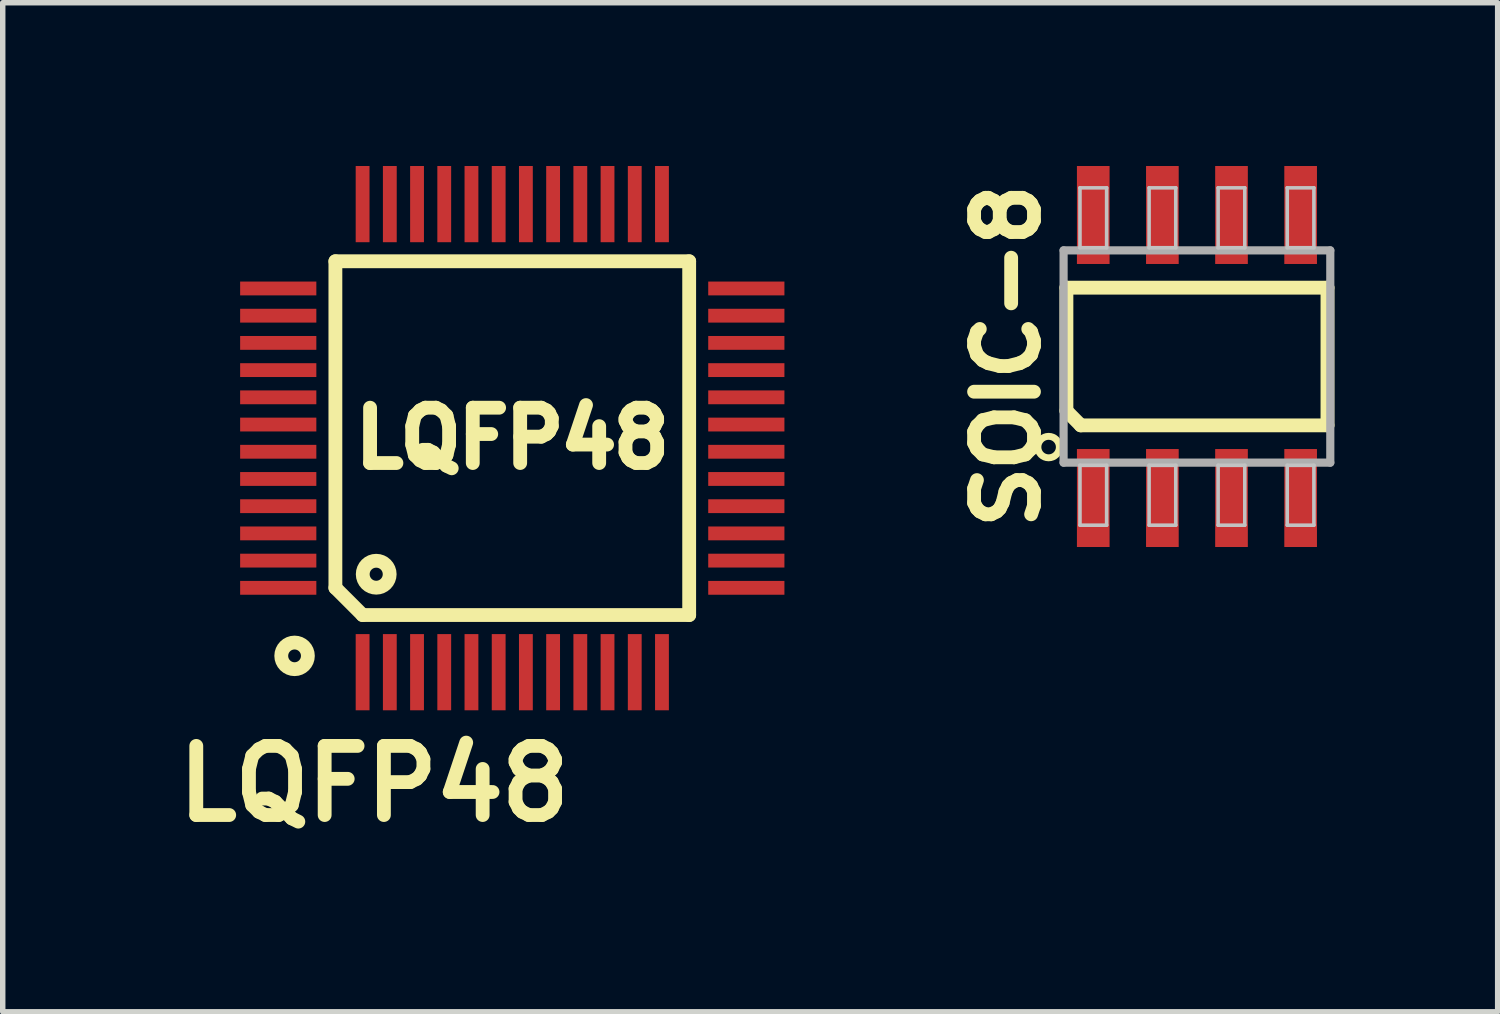
<source format=kicad_pcb>
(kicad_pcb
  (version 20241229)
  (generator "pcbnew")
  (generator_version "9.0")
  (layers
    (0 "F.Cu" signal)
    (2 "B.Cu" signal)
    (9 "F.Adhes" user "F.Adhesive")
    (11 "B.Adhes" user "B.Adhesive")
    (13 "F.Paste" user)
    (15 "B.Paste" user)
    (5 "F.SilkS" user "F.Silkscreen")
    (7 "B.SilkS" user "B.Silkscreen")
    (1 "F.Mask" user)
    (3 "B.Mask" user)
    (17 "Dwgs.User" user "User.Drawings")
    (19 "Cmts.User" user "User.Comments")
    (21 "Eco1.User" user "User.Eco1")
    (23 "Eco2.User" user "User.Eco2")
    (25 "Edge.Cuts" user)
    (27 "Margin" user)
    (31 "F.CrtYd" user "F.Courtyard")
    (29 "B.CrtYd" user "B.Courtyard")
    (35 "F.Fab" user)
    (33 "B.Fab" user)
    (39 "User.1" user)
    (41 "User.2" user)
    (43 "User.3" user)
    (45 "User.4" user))
  (footprint "LQFP48"
    (layer "F.Cu")
    (at 6.362 5)
    (property "Reference" "LQFP48" (at -2.54 6.35 0) (layer "F.SilkS") (effects (font (size 1.27 1.27) (thickness 0.254))))
    (attr smd)
    (fp_line (start -3.25 -3.25) (end -3.25 2.75) (stroke (width 0.254) (type solid)) (layer "F.SilkS"))
    (fp_line (start -3.25 2.75) (end -2.75 3.25) (stroke (width 0.254) (type solid)) (layer "F.SilkS"))
    (fp_line (start -2.75 3.25) (end 3.25 3.25) (stroke (width 0.254) (type solid)) (layer "F.SilkS"))
    (fp_line (start 3.25 -3.25) (end -3.25 -3.25) (stroke (width 0.254) (type solid)) (layer "F.SilkS"))
    (fp_line (start 3.25 3.25) (end 3.25 -3.25) (stroke (width 0.254) (type solid)) (layer "F.SilkS"))
    (fp_circle (center -4 4) (end -4.173 4.173) (stroke (width 0.254) (type solid)) (fill no) (layer "F.SilkS"))
    (fp_circle (center -2.5 2.5) (end -2.675 2.675) (stroke (width 0.254) (type solid)) (fill no) (layer "F.SilkS"))
    (fp_text user "LQFP48" (at 0 0 0) (layer "F.SilkS") (effects (font (size 1.016 1.016) (thickness 0.254))))
    (pad "1" smd rect (at -2.75 4.3 90) (size 1.4 0.254) (layers "F.Cu" "F.Mask" "F.Paste"))
    (pad "2" smd rect (at -2.25 4.3 90) (size 1.4 0.254) (layers "F.Cu" "F.Mask" "F.Paste"))
    (pad "3" smd rect (at -1.75 4.3 90) (size 1.4 0.254) (layers "F.Cu" "F.Mask" "F.Paste"))
    (pad "4" smd rect (at -1.25 4.3 90) (size 1.4 0.254) (layers "F.Cu" "F.Mask" "F.Paste"))
    (pad "5" smd rect (at -0.75 4.3 90) (size 1.4 0.254) (layers "F.Cu" "F.Mask" "F.Paste"))
    (pad "6" smd rect (at -0.25 4.3 90) (size 1.4 0.254) (layers "F.Cu" "F.Mask" "F.Paste"))
    (pad "7" smd rect (at 0.25 4.3 90) (size 1.4 0.254) (layers "F.Cu" "F.Mask" "F.Paste"))
    (pad "8" smd rect (at 0.75 4.3 90) (size 1.4 0.254) (layers "F.Cu" "F.Mask" "F.Paste"))
    (pad "9" smd rect (at 1.25 4.3 90) (size 1.4 0.254) (layers "F.Cu" "F.Mask" "F.Paste"))
    (pad "10" smd rect (at 1.75 4.3 90) (size 1.4 0.254) (layers "F.Cu" "F.Mask" "F.Paste"))
    (pad "11" smd rect (at 2.25 4.3 90) (size 1.4 0.254) (layers "F.Cu" "F.Mask" "F.Paste"))
    (pad "12" smd rect (at 2.75 4.3 90) (size 1.4 0.254) (layers "F.Cu" "F.Mask" "F.Paste"))
    (pad "13" smd rect (at 4.3 2.75 180) (size 1.4 0.254) (layers "F.Cu" "F.Mask" "F.Paste"))
    (pad "14" smd rect (at 4.3 2.25 180) (size 1.4 0.254) (layers "F.Cu" "F.Mask" "F.Paste"))
    (pad "15" smd rect (at 4.3 1.75 180) (size 1.4 0.254) (layers "F.Cu" "F.Mask" "F.Paste"))
    (pad "16" smd rect (at 4.3 1.25 180) (size 1.4 0.254) (layers "F.Cu" "F.Mask" "F.Paste"))
    (pad "17" smd rect (at 4.3 0.75 180) (size 1.4 0.254) (layers "F.Cu" "F.Mask" "F.Paste"))
    (pad "18" smd rect (at 4.3 0.25 180) (size 1.4 0.254) (layers "F.Cu" "F.Mask" "F.Paste"))
    (pad "19" smd rect (at 4.3 -0.25 180) (size 1.4 0.254) (layers "F.Cu" "F.Mask" "F.Paste"))
    (pad "20" smd rect (at 4.3 -0.75 180) (size 1.4 0.254) (layers "F.Cu" "F.Mask" "F.Paste"))
    (pad "21" smd rect (at 4.3 -1.25 180) (size 1.4 0.254) (layers "F.Cu" "F.Mask" "F.Paste"))
    (pad "22" smd rect (at 4.3 -1.75 180) (size 1.4 0.254) (layers "F.Cu" "F.Mask" "F.Paste"))
    (pad "23" smd rect (at 4.3 -2.25 180) (size 1.4 0.254) (layers "F.Cu" "F.Mask" "F.Paste"))
    (pad "24" smd rect (at 4.3 -2.75 180) (size 1.4 0.254) (layers "F.Cu" "F.Mask" "F.Paste"))
    (pad "25" smd rect (at 2.75 -4.3 270) (size 1.4 0.254) (layers "F.Cu" "F.Mask" "F.Paste"))
    (pad "26" smd rect (at 2.25 -4.3 270) (size 1.4 0.254) (layers "F.Cu" "F.Mask" "F.Paste"))
    (pad "27" smd rect (at 1.75 -4.3 270) (size 1.4 0.254) (layers "F.Cu" "F.Mask" "F.Paste"))
    (pad "28" smd rect (at 1.25 -4.3 270) (size 1.4 0.254) (layers "F.Cu" "F.Mask" "F.Paste"))
    (pad "29" smd rect (at 0.75 -4.3 270) (size 1.4 0.254) (layers "F.Cu" "F.Mask" "F.Paste"))
    (pad "30" smd rect (at 0.25 -4.3 270) (size 1.4 0.254) (layers "F.Cu" "F.Mask" "F.Paste"))
    (pad "31" smd rect (at -0.25 -4.3 270) (size 1.4 0.254) (layers "F.Cu" "F.Mask" "F.Paste"))
    (pad "32" smd rect (at -0.75 -4.3 270) (size 1.4 0.254) (layers "F.Cu" "F.Mask" "F.Paste"))
    (pad "33" smd rect (at -1.25 -4.3 270) (size 1.4 0.254) (layers "F.Cu" "F.Mask" "F.Paste"))
    (pad "34" smd rect (at -1.75 -4.3 270) (size 1.4 0.254) (layers "F.Cu" "F.Mask" "F.Paste"))
    (pad "35" smd rect (at -2.25 -4.3 270) (size 1.4 0.254) (layers "F.Cu" "F.Mask" "F.Paste"))
    (pad "36" smd rect (at -2.75 -4.3 270) (size 1.4 0.254) (layers "F.Cu" "F.Mask" "F.Paste"))
    (pad "37" smd rect (at -4.3 -2.75) (size 1.4 0.254) (layers "F.Cu" "F.Mask" "F.Paste"))
    (pad "38" smd rect (at -4.3 -2.25) (size 1.4 0.254) (layers "F.Cu" "F.Mask" "F.Paste"))
    (pad "39" smd rect (at -4.3 -1.75) (size 1.4 0.254) (layers "F.Cu" "F.Mask" "F.Paste"))
    (pad "40" smd rect (at -4.3 -1.25) (size 1.4 0.254) (layers "F.Cu" "F.Mask" "F.Paste"))
    (pad "41" smd rect (at -4.3 -0.75) (size 1.4 0.254) (layers "F.Cu" "F.Mask" "F.Paste"))
    (pad "42" smd rect (at -4.3 -0.25) (size 1.4 0.254) (layers "F.Cu" "F.Mask" "F.Paste"))
    (pad "43" smd rect (at -4.3 0.25) (size 1.4 0.254) (layers "F.Cu" "F.Mask" "F.Paste"))
    (pad "44" smd rect (at -4.3 0.75) (size 1.4 0.254) (layers "F.Cu" "F.Mask" "F.Paste"))
    (pad "45" smd rect (at -4.3 1.25) (size 1.4 0.254) (layers "F.Cu" "F.Mask" "F.Paste"))
    (pad "46" smd rect (at -4.3 1.75) (size 1.4 0.254) (layers "F.Cu" "F.Mask" "F.Paste"))
    (pad "47" smd rect (at -4.3 2.25) (size 1.4 0.254) (layers "F.Cu" "F.Mask" "F.Paste"))
    (pad "48" smd rect (at -4.3 2.75) (size 1.4 0.254) (layers "F.Cu" "F.Mask" "F.Paste")))
  (footprint "SOIC-8"
    (layer "F.Cu")
    (at 18.941 3.5)
    (property "Reference" "SOIC-8" (at -3.49 -0.008 90) (layer "F.SilkS") (effects (font (size 1.1 1.1) (thickness 0.254))))
    (attr smd)
    (fp_line (start -2.398 -1.265) (end 2.398 -1.265) (stroke (width 0.254) (type solid)) (layer "F.SilkS"))
    (fp_line (start -2.398 0.998) (end -2.398 -1.265) (stroke (width 0.254) (type solid)) (layer "F.SilkS"))
    (fp_line (start -2.134 1.265) (end -2.398 0.998) (stroke (width 0.254) (type solid)) (layer "F.SilkS"))
    (fp_line (start 2.398 -1.265) (end 2.398 1.265) (stroke (width 0.254) (type solid)) (layer "F.SilkS"))
    (fp_line (start 2.398 1.265) (end -2.134 1.265) (stroke (width 0.254) (type solid)) (layer "F.SilkS"))
    (fp_circle (center -2.725 1.664) (end -2.865 1.803) (stroke (width 0.127) (type solid)) (fill no) (layer "F.SilkS"))
    (fp_line (start -2.149 -3.099) (end -1.659 -3.099) (stroke (width 0.066) (type solid)) (layer "Dwgs.User"))
    (fp_line (start -2.149 -1.999) (end -2.149 -3.099) (stroke (width 0.066) (type solid)) (layer "Dwgs.User"))
    (fp_line (start -2.149 -1.999) (end -1.659 -1.999) (stroke (width 0.066) (type solid)) (layer "Dwgs.User"))
    (fp_line (start -2.149 1.999) (end -1.659 1.999) (stroke (width 0.066) (type solid)) (layer "Dwgs.User"))
    (fp_line (start -2.149 3.099) (end -2.149 1.999) (stroke (width 0.066) (type solid)) (layer "Dwgs.User"))
    (fp_line (start -2.149 3.099) (end -1.659 3.099) (stroke (width 0.066) (type solid)) (layer "Dwgs.User"))
    (fp_line (start -1.659 -1.999) (end -1.659 -3.099) (stroke (width 0.066) (type solid)) (layer "Dwgs.User"))
    (fp_line (start -1.659 3.099) (end -1.659 1.999) (stroke (width 0.066) (type solid)) (layer "Dwgs.User"))
    (fp_line (start -0.879 -3.099) (end -0.389 -3.099) (stroke (width 0.066) (type solid)) (layer "Dwgs.User"))
    (fp_line (start -0.879 -1.999) (end -0.879 -3.099) (stroke (width 0.066) (type solid)) (layer "Dwgs.User"))
    (fp_line (start -0.879 -1.999) (end -0.389 -1.999) (stroke (width 0.066) (type solid)) (layer "Dwgs.User"))
    (fp_line (start -0.879 1.999) (end -0.389 1.999) (stroke (width 0.066) (type solid)) (layer "Dwgs.User"))
    (fp_line (start -0.879 3.099) (end -0.879 1.999) (stroke (width 0.066) (type solid)) (layer "Dwgs.User"))
    (fp_line (start -0.879 3.099) (end -0.389 3.099) (stroke (width 0.066) (type solid)) (layer "Dwgs.User"))
    (fp_line (start -0.389 -1.999) (end -0.389 -3.099) (stroke (width 0.066) (type solid)) (layer "Dwgs.User"))
    (fp_line (start -0.389 3.099) (end -0.389 1.999) (stroke (width 0.066) (type solid)) (layer "Dwgs.User"))
    (fp_line (start 0.389 -3.099) (end 0.879 -3.099) (stroke (width 0.066) (type solid)) (layer "Dwgs.User"))
    (fp_line (start 0.389 -1.999) (end 0.389 -3.099) (stroke (width 0.066) (type solid)) (layer "Dwgs.User"))
    (fp_line (start 0.389 -1.999) (end 0.879 -1.999) (stroke (width 0.066) (type solid)) (layer "Dwgs.User"))
    (fp_line (start 0.389 1.999) (end 0.879 1.999) (stroke (width 0.066) (type solid)) (layer "Dwgs.User"))
    (fp_line (start 0.389 3.099) (end 0.389 1.999) (stroke (width 0.066) (type solid)) (layer "Dwgs.User"))
    (fp_line (start 0.389 3.099) (end 0.879 3.099) (stroke (width 0.066) (type solid)) (layer "Dwgs.User"))
    (fp_line (start 0.879 -1.999) (end 0.879 -3.099) (stroke (width 0.066) (type solid)) (layer "Dwgs.User"))
    (fp_line (start 0.879 3.099) (end 0.879 1.999) (stroke (width 0.066) (type solid)) (layer "Dwgs.User"))
    (fp_line (start 1.659 -3.099) (end 2.149 -3.099) (stroke (width 0.066) (type solid)) (layer "Dwgs.User"))
    (fp_line (start 1.659 -1.999) (end 1.659 -3.099) (stroke (width 0.066) (type solid)) (layer "Dwgs.User"))
    (fp_line (start 1.659 -1.999) (end 2.149 -1.999) (stroke (width 0.066) (type solid)) (layer "Dwgs.User"))
    (fp_line (start 1.659 1.999) (end 2.149 1.999) (stroke (width 0.066) (type solid)) (layer "Dwgs.User"))
    (fp_line (start 1.659 3.099) (end 1.659 1.999) (stroke (width 0.066) (type solid)) (layer "Dwgs.User"))
    (fp_line (start 1.659 3.099) (end 2.149 3.099) (stroke (width 0.066) (type solid)) (layer "Dwgs.User"))
    (fp_line (start 2.149 -1.999) (end 2.149 -3.099) (stroke (width 0.066) (type solid)) (layer "Dwgs.User"))
    (fp_line (start 2.149 3.099) (end 2.149 1.999) (stroke (width 0.066) (type solid)) (layer "Dwgs.User"))
    (fp_line (start -2.45 -1.95) (end 2.45 -1.95) (stroke (width 0.15) (type solid)) (layer "F.Fab"))
    (fp_line (start -2.45 1.95) (end -2.45 -1.95) (stroke (width 0.15) (type solid)) (layer "F.Fab"))
    (fp_line (start 2.45 -1.95) (end 2.45 1.95) (stroke (width 0.15) (type solid)) (layer "F.Fab"))
    (fp_line (start 2.45 1.95) (end -2.45 1.95) (stroke (width 0.15) (type solid)) (layer "F.Fab"))
    (pad "1" smd rect (at -1.905 2.6) (size 0.6 1.8) (layers "F.Cu" "F.Mask" "F.Paste"))
    (pad "2" smd rect (at -0.635 2.6) (size 0.6 1.8) (layers "F.Cu" "F.Mask" "F.Paste"))
    (pad "3" smd rect (at 0.635 2.6) (size 0.6 1.8) (layers "F.Cu" "F.Mask" "F.Paste"))
    (pad "4" smd rect (at 1.905 2.6) (size 0.6 1.8) (layers "F.Cu" "F.Mask" "F.Paste"))
    (pad "5" smd rect (at 1.905 -2.6) (size 0.6 1.8) (layers "F.Cu" "F.Mask" "F.Paste"))
    (pad "6" smd rect (at 0.635 -2.6) (size 0.6 1.8) (layers "F.Cu" "F.Mask" "F.Paste"))
    (pad "7" smd rect (at -0.635 -2.6) (size 0.6 1.8) (layers "F.Cu" "F.Mask" "F.Paste"))
    (pad "8" smd rect (at -1.905 -2.6) (size 0.6 1.8) (layers "F.Cu" "F.Mask" "F.Paste")))
  (gr_rect
    (start -3 -3)
    (end 24.466 15.539)
    (stroke (width 0.1) (type default))
    (fill no)
    (layer "Edge.Cuts")))
</source>
